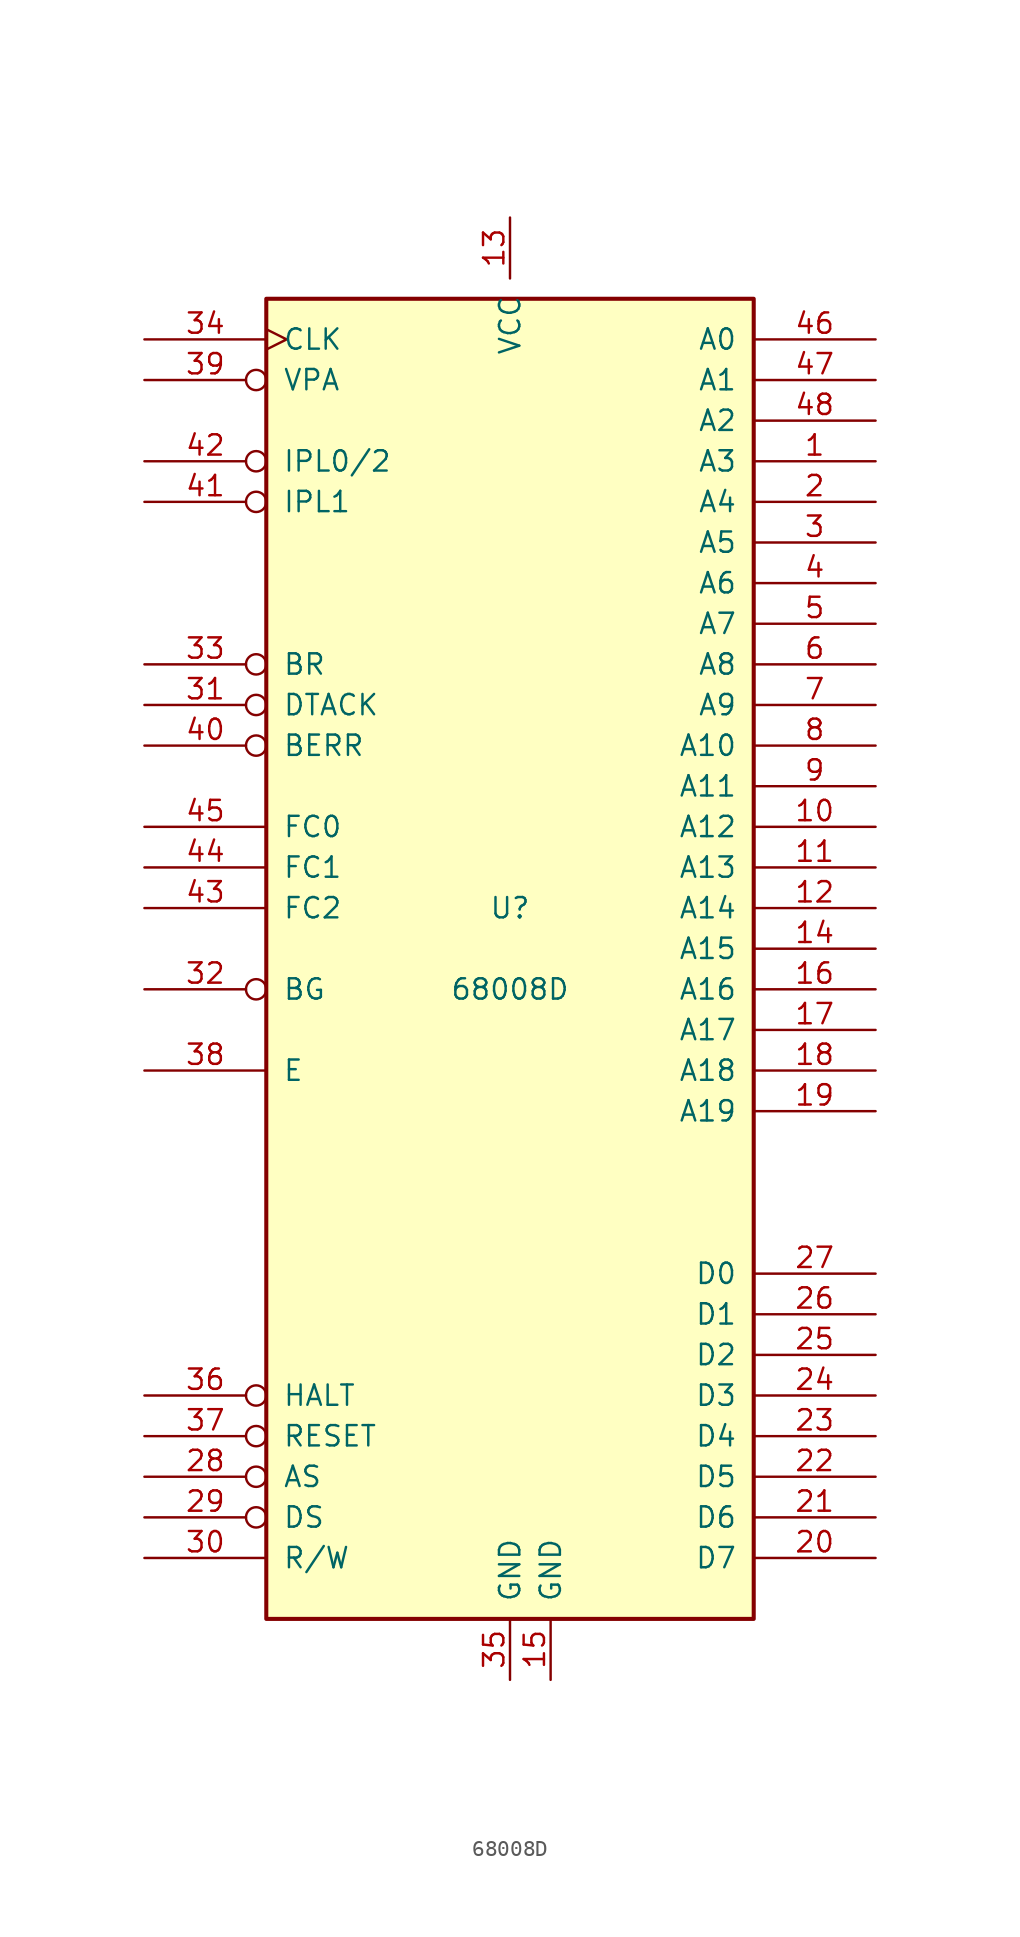
<source format=kicad_sym>
(kicad_symbol_lib
  (version 20241209)
  (generator "kicad_symbol_editor")
  (generator_version "9.0")
  (symbol "68008D"
    (pin_names
      (offset 1.016))
    (property "Reference" "U"
      (at 0 2.54 0)
      (effects (font (size 1.27 1.27))))
    (property "Value" "68008D"
      (at 0 -2.54 0)
      (effects (font (size 1.27 1.27))))
    (symbol "68008D_0_1"
      (rectangle (start -15.24 -41.91) (end 15.24 40.64) (stroke (width 0.254) (type default)) (fill (type background))))
    (symbol "68008D_1_1"
      (pin input clock (at -22.86 38.1 0) (length 7.62) (name "CLK" (effects (font (size 1.27 1.27)))) (number "34" (effects (font (size 1.27 1.27)))))
      (pin input inverted (at -22.86 35.56 0) (length 7.62) (name "VPA" (effects (font (size 1.27 1.27)))) (number "39" (effects (font (size 1.27 1.27)))))
      (pin input inverted (at -22.86 30.48 0) (length 7.62) (name "IPL0/2" (effects (font (size 1.27 1.27)))) (number "42" (effects (font (size 1.27 1.27)))))
      (pin input inverted (at -22.86 27.94 0) (length 7.62) (name "IPL1" (effects (font (size 1.27 1.27)))) (number "41" (effects (font (size 1.27 1.27)))))
      (pin input inverted (at -22.86 17.78 0) (length 7.62) (name "BR" (effects (font (size 1.27 1.27)))) (number "33" (effects (font (size 1.27 1.27)))))
      (pin input inverted (at -22.86 15.24 0) (length 7.62) (name "DTACK" (effects (font (size 1.27 1.27)))) (number "31" (effects (font (size 1.27 1.27)))))
      (pin input inverted (at -22.86 12.7 0) (length 7.62) (name "BERR" (effects (font (size 1.27 1.27)))) (number "40" (effects (font (size 1.27 1.27)))))
      (pin output line (at -22.86 7.62 0) (length 7.62) (name "FC0" (effects (font (size 1.27 1.27)))) (number "45" (effects (font (size 1.27 1.27)))))
      (pin output line (at -22.86 5.08 0) (length 7.62) (name "FC1" (effects (font (size 1.27 1.27)))) (number "44" (effects (font (size 1.27 1.27)))))
      (pin output line (at -22.86 2.54 0) (length 7.62) (name "FC2" (effects (font (size 1.27 1.27)))) (number "43" (effects (font (size 1.27 1.27)))))
      (pin output inverted (at -22.86 -2.54 0) (length 7.62) (name "BG" (effects (font (size 1.27 1.27)))) (number "32" (effects (font (size 1.27 1.27)))))
      (pin output line (at -22.86 -7.62 0) (length 7.62) (name "E" (effects (font (size 1.27 1.27)))) (number "38" (effects (font (size 1.27 1.27)))))
      (pin bidirectional inverted (at -22.86 -27.94 0) (length 7.62) (name "HALT" (effects (font (size 1.27 1.27)))) (number "36" (effects (font (size 1.27 1.27)))))
      (pin bidirectional inverted (at -22.86 -30.48 0) (length 7.62) (name "RESET" (effects (font (size 1.27 1.27)))) (number "37" (effects (font (size 1.27 1.27)))))
      (pin tri_state inverted (at -22.86 -33.02 0) (length 7.62) (name "AS" (effects (font (size 1.27 1.27)))) (number "28" (effects (font (size 1.27 1.27)))))
      (pin tri_state inverted (at -22.86 -35.56 0) (length 7.62) (name "DS" (effects (font (size 1.27 1.27)))) (number "29" (effects (font (size 1.27 1.27)))))
      (pin tri_state line (at -22.86 -38.1 0) (length 7.62) (name "R/W" (effects (font (size 1.27 1.27)))) (number "30" (effects (font (size 1.27 1.27)))))
      (pin power_in line (at 0 45.72 270) (length 3.81) (name "VCC" (effects (font (size 1.27 1.27)))) (number "13" (effects (font (size 1.27 1.27)))))
      (pin power_in line (at 0 -45.72 90) (length 3.81) (name "GND" (effects (font (size 1.27 1.27)))) (number "35" (effects (font (size 1.27 1.27)))))
      (pin power_in line (at 2.54 -45.72 90) (length 3.81) (name "GND" (effects (font (size 1.27 1.27)))) (number "15" (effects (font (size 1.27 1.27)))))
      (pin tri_state line (at 22.86 38.1 180) (length 7.62) (name "A0" (effects (font (size 1.27 1.27)))) (number "46" (effects (font (size 1.27 1.27)))))
      (pin tri_state line (at 22.86 35.56 180) (length 7.62) (name "A1" (effects (font (size 1.27 1.27)))) (number "47" (effects (font (size 1.27 1.27)))))
      (pin tri_state line (at 22.86 33.02 180) (length 7.62) (name "A2" (effects (font (size 1.27 1.27)))) (number "48" (effects (font (size 1.27 1.27)))))
      (pin tri_state line (at 22.86 30.48 180) (length 7.62) (name "A3" (effects (font (size 1.27 1.27)))) (number "1" (effects (font (size 1.27 1.27)))))
      (pin tri_state line (at 22.86 27.94 180) (length 7.62) (name "A4" (effects (font (size 1.27 1.27)))) (number "2" (effects (font (size 1.27 1.27)))))
      (pin tri_state line (at 22.86 25.4 180) (length 7.62) (name "A5" (effects (font (size 1.27 1.27)))) (number "3" (effects (font (size 1.27 1.27)))))
      (pin tri_state line (at 22.86 22.86 180) (length 7.62) (name "A6" (effects (font (size 1.27 1.27)))) (number "4" (effects (font (size 1.27 1.27)))))
      (pin tri_state line (at 22.86 20.32 180) (length 7.62) (name "A7" (effects (font (size 1.27 1.27)))) (number "5" (effects (font (size 1.27 1.27)))))
      (pin tri_state line (at 22.86 17.78 180) (length 7.62) (name "A8" (effects (font (size 1.27 1.27)))) (number "6" (effects (font (size 1.27 1.27)))))
      (pin tri_state line (at 22.86 15.24 180) (length 7.62) (name "A9" (effects (font (size 1.27 1.27)))) (number "7" (effects (font (size 1.27 1.27)))))
      (pin tri_state line (at 22.86 12.7 180) (length 7.62) (name "A10" (effects (font (size 1.27 1.27)))) (number "8" (effects (font (size 1.27 1.27)))))
      (pin tri_state line (at 22.86 10.16 180) (length 7.62) (name "A11" (effects (font (size 1.27 1.27)))) (number "9" (effects (font (size 1.27 1.27)))))
      (pin tri_state line (at 22.86 7.62 180) (length 7.62) (name "A12" (effects (font (size 1.27 1.27)))) (number "10" (effects (font (size 1.27 1.27)))))
      (pin tri_state line (at 22.86 5.08 180) (length 7.62) (name "A13" (effects (font (size 1.27 1.27)))) (number "11" (effects (font (size 1.27 1.27)))))
      (pin tri_state line (at 22.86 2.54 180) (length 7.62) (name "A14" (effects (font (size 1.27 1.27)))) (number "12" (effects (font (size 1.27 1.27)))))
      (pin tri_state line (at 22.86 0 180) (length 7.62) (name "A15" (effects (font (size 1.27 1.27)))) (number "14" (effects (font (size 1.27 1.27)))))
      (pin tri_state line (at 22.86 -2.54 180) (length 7.62) (name "A16" (effects (font (size 1.27 1.27)))) (number "16" (effects (font (size 1.27 1.27)))))
      (pin tri_state line (at 22.86 -5.08 180) (length 7.62) (name "A17" (effects (font (size 1.27 1.27)))) (number "17" (effects (font (size 1.27 1.27)))))
      (pin tri_state line (at 22.86 -7.62 180) (length 7.62) (name "A18" (effects (font (size 1.27 1.27)))) (number "18" (effects (font (size 1.27 1.27)))))
      (pin tri_state line (at 22.86 -10.16 180) (length 7.62) (name "A19" (effects (font (size 1.27 1.27)))) (number "19" (effects (font (size 1.27 1.27)))))
      (pin tri_state line (at 22.86 -20.32 180) (length 7.62) (name "D0" (effects (font (size 1.27 1.27)))) (number "27" (effects (font (size 1.27 1.27)))))
      (pin tri_state line (at 22.86 -22.86 180) (length 7.62) (name "D1" (effects (font (size 1.27 1.27)))) (number "26" (effects (font (size 1.27 1.27)))))
      (pin tri_state line (at 22.86 -25.4 180) (length 7.62) (name "D2" (effects (font (size 1.27 1.27)))) (number "25" (effects (font (size 1.27 1.27)))))
      (pin tri_state line (at 22.86 -27.94 180) (length 7.62) (name "D3" (effects (font (size 1.27 1.27)))) (number "24" (effects (font (size 1.27 1.27)))))
      (pin tri_state line (at 22.86 -30.48 180) (length 7.62) (name "D4" (effects (font (size 1.27 1.27)))) (number "23" (effects (font (size 1.27 1.27)))))
      (pin tri_state line (at 22.86 -33.02 180) (length 7.62) (name "D5" (effects (font (size 1.27 1.27)))) (number "22" (effects (font (size 1.27 1.27)))))
      (pin tri_state line (at 22.86 -35.56 180) (length 7.62) (name "D6" (effects (font (size 1.27 1.27)))) (number "21" (effects (font (size 1.27 1.27)))))
      (pin tri_state line (at 22.86 -38.1 180) (length 7.62) (name "D7" (effects (font (size 1.27 1.27)))) (number "20" (effects (font (size 1.27 1.27))))))))
</source>
